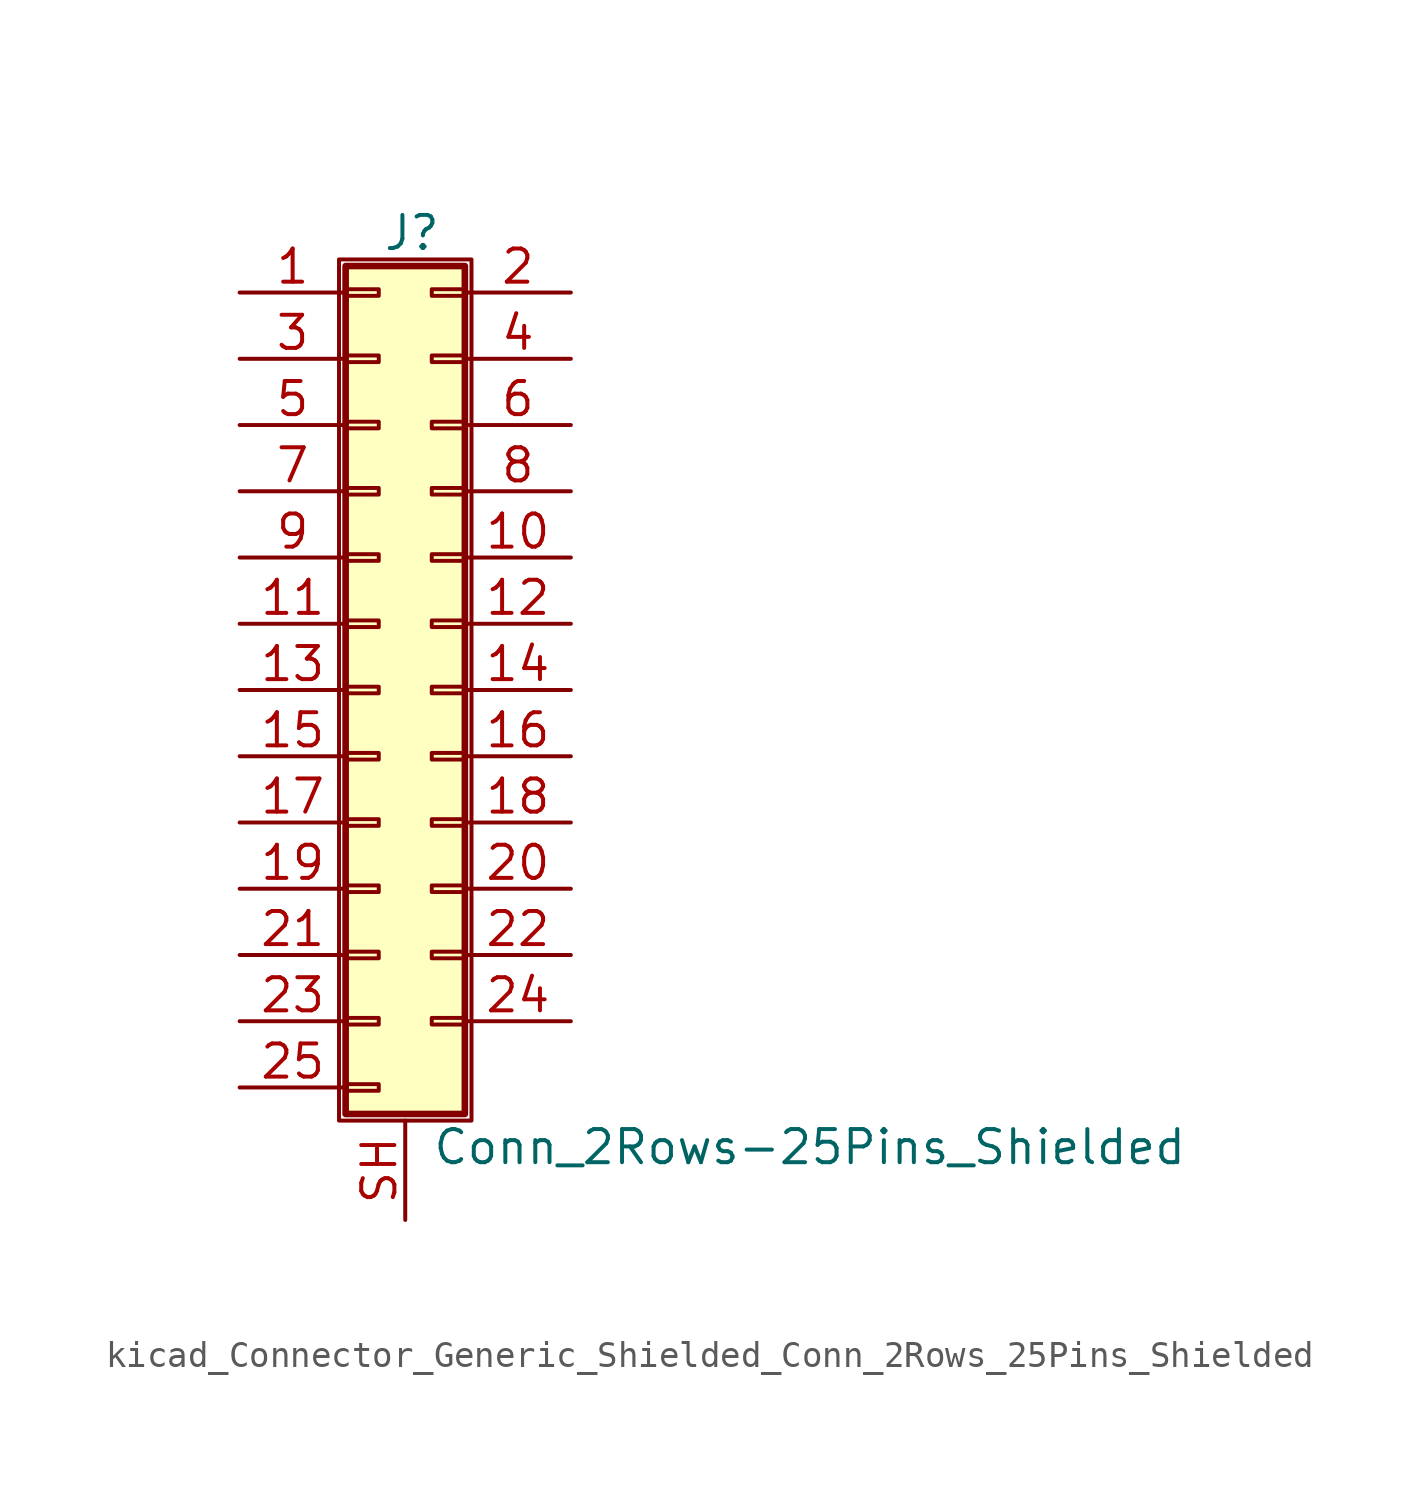
<source format=kicad_sym>
(kicad_symbol_lib
  (version 20220914)
  (generator kicad_symbol_editor)
  (symbol "kicad_Connector_Generic_Shielded_Conn_2Rows_25Pins_Shielded"
    (pin_names
      (offset 1.016) hide)
    (property "Reference" "J"
      (at 1.524 17.526 0)
      (effects (font (size 1.27 1.27))))
    (property "Value" "Conn_2Rows-25Pins_Shielded"
      (at 2.286 -17.526 0)
      (effects (font (size 1.27 1.27)) (justify left)))
    (symbol "kicad_Connector_Generic_Shielded_Conn_2Rows_25Pins_Shielded_1_1"
      (rectangle (start -1.27 16.51) (end 3.81 -16.51) (stroke (width 0.152) (type default)) (fill (type none)))
      (rectangle (start -1.016 -15.113) (end 0.254 -15.367) (stroke (width 0.152) (type default)) (fill (type none)))
      (rectangle (start -1.016 -12.573) (end 0.254 -12.827) (stroke (width 0.152) (type default)) (fill (type none)))
      (rectangle (start -1.016 -10.033) (end 0.254 -10.287) (stroke (width 0.152) (type default)) (fill (type none)))
      (rectangle (start -1.016 -7.493) (end 0.254 -7.747) (stroke (width 0.152) (type default)) (fill (type none)))
      (rectangle (start -1.016 -4.953) (end 0.254 -5.207) (stroke (width 0.152) (type default)) (fill (type none)))
      (rectangle (start -1.016 -2.413) (end 0.254 -2.667) (stroke (width 0.152) (type default)) (fill (type none)))
      (rectangle (start -1.016 0.127) (end 0.254 -0.127) (stroke (width 0.152) (type default)) (fill (type none)))
      (rectangle (start -1.016 2.667) (end 0.254 2.413) (stroke (width 0.152) (type default)) (fill (type none)))
      (rectangle (start -1.016 5.207) (end 0.254 4.953) (stroke (width 0.152) (type default)) (fill (type none)))
      (rectangle (start -1.016 7.747) (end 0.254 7.493) (stroke (width 0.152) (type default)) (fill (type none)))
      (rectangle (start -1.016 10.287) (end 0.254 10.033) (stroke (width 0.152) (type default)) (fill (type none)))
      (rectangle (start -1.016 12.827) (end 0.254 12.573) (stroke (width 0.152) (type default)) (fill (type none)))
      (rectangle (start -1.016 15.367) (end 0.254 15.113) (stroke (width 0.152) (type default)) (fill (type none)))
      (rectangle (start -1.016 16.256) (end 3.556 -16.256) (stroke (width 0.254) (type default)) (fill (type background)))
      (rectangle (start 3.556 -12.573) (end 2.286 -12.827) (stroke (width 0.152) (type default)) (fill (type none)))
      (rectangle (start 3.556 -10.033) (end 2.286 -10.287) (stroke (width 0.152) (type default)) (fill (type none)))
      (rectangle (start 3.556 -7.493) (end 2.286 -7.747) (stroke (width 0.152) (type default)) (fill (type none)))
      (rectangle (start 3.556 -4.953) (end 2.286 -5.207) (stroke (width 0.152) (type default)) (fill (type none)))
      (rectangle (start 3.556 -2.413) (end 2.286 -2.667) (stroke (width 0.152) (type default)) (fill (type none)))
      (rectangle (start 3.556 0.127) (end 2.286 -0.127) (stroke (width 0.152) (type default)) (fill (type none)))
      (rectangle (start 3.556 2.667) (end 2.286 2.413) (stroke (width 0.152) (type default)) (fill (type none)))
      (rectangle (start 3.556 5.207) (end 2.286 4.953) (stroke (width 0.152) (type default)) (fill (type none)))
      (rectangle (start 3.556 7.747) (end 2.286 7.493) (stroke (width 0.152) (type default)) (fill (type none)))
      (rectangle (start 3.556 10.287) (end 2.286 10.033) (stroke (width 0.152) (type default)) (fill (type none)))
      (rectangle (start 3.556 12.827) (end 2.286 12.573) (stroke (width 0.152) (type default)) (fill (type none)))
      (rectangle (start 3.556 15.367) (end 2.286 15.113) (stroke (width 0.152) (type default)) (fill (type none)))
      (pin passive line (at -5.08 15.24 0) (length 4.064) (name "Pin_1" (effects (font (size 1.27 1.27)))) (number "1" (effects (font (size 1.27 1.27)))))
      (pin passive line (at 7.62 5.08 180) (length 4.064) (name "Pin_10" (effects (font (size 1.27 1.27)))) (number "10" (effects (font (size 1.27 1.27)))))
      (pin passive line (at -5.08 2.54 0) (length 4.064) (name "Pin_11" (effects (font (size 1.27 1.27)))) (number "11" (effects (font (size 1.27 1.27)))))
      (pin passive line (at 7.62 2.54 180) (length 4.064) (name "Pin_12" (effects (font (size 1.27 1.27)))) (number "12" (effects (font (size 1.27 1.27)))))
      (pin passive line (at -5.08 0 0) (length 4.064) (name "Pin_13" (effects (font (size 1.27 1.27)))) (number "13" (effects (font (size 1.27 1.27)))))
      (pin passive line (at 7.62 0 180) (length 4.064) (name "Pin_14" (effects (font (size 1.27 1.27)))) (number "14" (effects (font (size 1.27 1.27)))))
      (pin passive line (at -5.08 -2.54 0) (length 4.064) (name "Pin_15" (effects (font (size 1.27 1.27)))) (number "15" (effects (font (size 1.27 1.27)))))
      (pin passive line (at 7.62 -2.54 180) (length 4.064) (name "Pin_16" (effects (font (size 1.27 1.27)))) (number "16" (effects (font (size 1.27 1.27)))))
      (pin passive line (at -5.08 -5.08 0) (length 4.064) (name "Pin_17" (effects (font (size 1.27 1.27)))) (number "17" (effects (font (size 1.27 1.27)))))
      (pin passive line (at 7.62 -5.08 180) (length 4.064) (name "Pin_18" (effects (font (size 1.27 1.27)))) (number "18" (effects (font (size 1.27 1.27)))))
      (pin passive line (at -5.08 -7.62 0) (length 4.064) (name "Pin_19" (effects (font (size 1.27 1.27)))) (number "19" (effects (font (size 1.27 1.27)))))
      (pin passive line (at 7.62 15.24 180) (length 4.064) (name "Pin_2" (effects (font (size 1.27 1.27)))) (number "2" (effects (font (size 1.27 1.27)))))
      (pin passive line (at 7.62 -7.62 180) (length 4.064) (name "Pin_20" (effects (font (size 1.27 1.27)))) (number "20" (effects (font (size 1.27 1.27)))))
      (pin passive line (at -5.08 -10.16 0) (length 4.064) (name "Pin_21" (effects (font (size 1.27 1.27)))) (number "21" (effects (font (size 1.27 1.27)))))
      (pin passive line (at 7.62 -10.16 180) (length 4.064) (name "Pin_22" (effects (font (size 1.27 1.27)))) (number "22" (effects (font (size 1.27 1.27)))))
      (pin passive line (at -5.08 -12.7 0) (length 4.064) (name "Pin_23" (effects (font (size 1.27 1.27)))) (number "23" (effects (font (size 1.27 1.27)))))
      (pin passive line (at 7.62 -12.7 180) (length 4.064) (name "Pin_24" (effects (font (size 1.27 1.27)))) (number "24" (effects (font (size 1.27 1.27)))))
      (pin passive line (at -5.08 -15.24 0) (length 4.064) (name "Pin_25" (effects (font (size 1.27 1.27)))) (number "25" (effects (font (size 1.27 1.27)))))
      (pin passive line (at -5.08 12.7 0) (length 4.064) (name "Pin_3" (effects (font (size 1.27 1.27)))) (number "3" (effects (font (size 1.27 1.27)))))
      (pin passive line (at 7.62 12.7 180) (length 4.064) (name "Pin_4" (effects (font (size 1.27 1.27)))) (number "4" (effects (font (size 1.27 1.27)))))
      (pin passive line (at -5.08 10.16 0) (length 4.064) (name "Pin_5" (effects (font (size 1.27 1.27)))) (number "5" (effects (font (size 1.27 1.27)))))
      (pin passive line (at 7.62 10.16 180) (length 4.064) (name "Pin_6" (effects (font (size 1.27 1.27)))) (number "6" (effects (font (size 1.27 1.27)))))
      (pin passive line (at -5.08 7.62 0) (length 4.064) (name "Pin_7" (effects (font (size 1.27 1.27)))) (number "7" (effects (font (size 1.27 1.27)))))
      (pin passive line (at 7.62 7.62 180) (length 4.064) (name "Pin_8" (effects (font (size 1.27 1.27)))) (number "8" (effects (font (size 1.27 1.27)))))
      (pin passive line (at -5.08 5.08 0) (length 4.064) (name "Pin_9" (effects (font (size 1.27 1.27)))) (number "9" (effects (font (size 1.27 1.27)))))
      (pin passive line (at 1.27 -20.32 90) (length 3.81) (name "Shield" (effects (font (size 1.27 1.27)))) (number "SH" (effects (font (size 1.27 1.27))))))))
</source>
